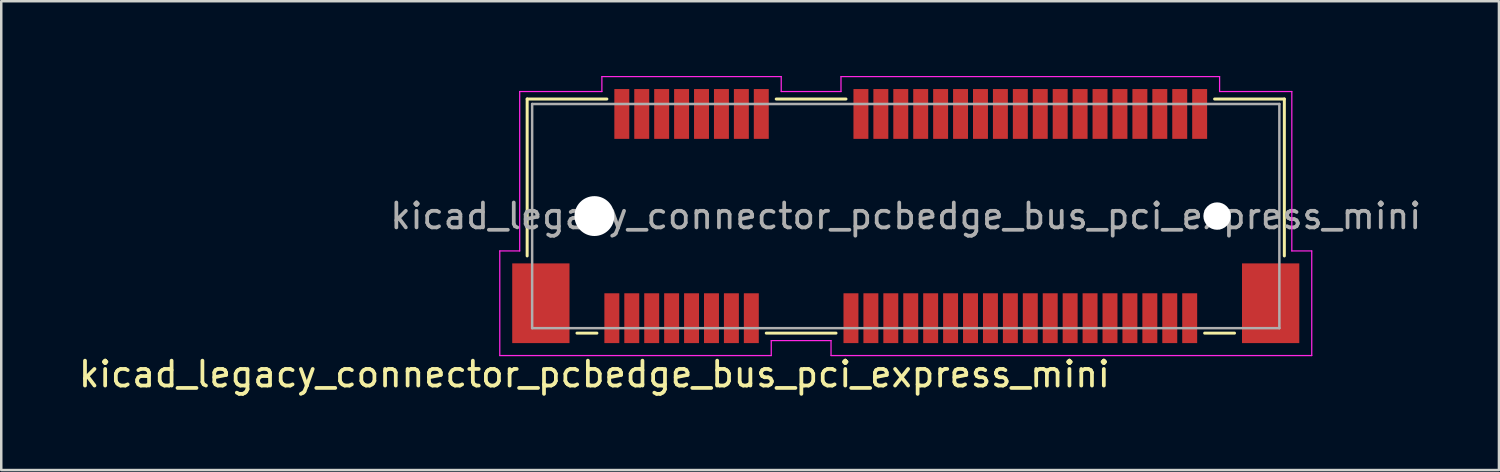
<source format=kicad_pcb>
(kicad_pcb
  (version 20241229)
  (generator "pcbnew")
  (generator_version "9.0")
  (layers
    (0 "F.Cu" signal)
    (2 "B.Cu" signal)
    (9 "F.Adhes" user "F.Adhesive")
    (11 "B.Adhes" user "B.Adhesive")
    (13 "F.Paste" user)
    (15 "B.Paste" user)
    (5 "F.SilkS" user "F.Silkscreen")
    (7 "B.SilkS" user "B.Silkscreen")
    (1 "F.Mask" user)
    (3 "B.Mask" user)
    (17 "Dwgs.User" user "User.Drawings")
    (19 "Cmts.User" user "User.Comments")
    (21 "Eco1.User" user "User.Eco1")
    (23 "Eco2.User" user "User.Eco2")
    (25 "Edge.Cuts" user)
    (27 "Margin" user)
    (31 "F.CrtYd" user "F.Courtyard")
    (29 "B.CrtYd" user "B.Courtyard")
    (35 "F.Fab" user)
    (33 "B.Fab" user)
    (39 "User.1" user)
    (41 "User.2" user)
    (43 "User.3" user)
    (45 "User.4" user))
  (footprint "kicad_legacy_connector_pcbedge_bus_pci_express_mini"
    (layer "F.Cu")
    (at 33.315 5.625)
    (property "Reference" "kicad_legacy_connector_pcbedge_bus_pci_express_mini" (at -12.5 6.35 180) (layer "F.SilkS") (effects (font (size 1 1) (thickness 0.15))))
    (attr smd)
    (fp_line (start -15.2 -4.7) (end -15.2 1.6) (stroke (width 0.12) (type solid)) (layer "F.SilkS"))
    (fp_line (start -13.2 4.7) (end -12.4 4.7) (stroke (width 0.12) (type solid)) (layer "F.SilkS"))
    (fp_line (start -12 -4.7) (end -15.2 -4.7) (stroke (width 0.12) (type solid)) (layer "F.SilkS"))
    (fp_line (start -5.6 4.7) (end -2.8 4.7) (stroke (width 0.12) (type solid)) (layer "F.SilkS"))
    (fp_line (start -2.4 -4.7) (end -5.2 -4.7) (stroke (width 0.12) (type solid)) (layer "F.SilkS"))
    (fp_line (start 12 4.7) (end 13.2 4.7) (stroke (width 0.12) (type solid)) (layer "F.SilkS"))
    (fp_line (start 15.2 -4.7) (end 12.4 -4.7) (stroke (width 0.12) (type solid)) (layer "F.SilkS"))
    (fp_line (start 15.2 1.6) (end 15.2 -4.7) (stroke (width 0.12) (type solid)) (layer "F.SilkS"))
    (fp_line (start -16.3 1.4) (end -15.5 1.4) (stroke (width 0.05) (type solid)) (layer "F.CrtYd"))
    (fp_line (start -16.3 5.6) (end -16.3 1.4) (stroke (width 0.05) (type solid)) (layer "F.CrtYd"))
    (fp_line (start -16.3 5.6) (end -5.4 5.6) (stroke (width 0.05) (type solid)) (layer "F.CrtYd"))
    (fp_line (start -15.5 -5) (end -12.2 -5) (stroke (width 0.05) (type default)) (layer "F.CrtYd"))
    (fp_line (start -15.5 1.4) (end -15.5 -5) (stroke (width 0.05) (type default)) (layer "F.CrtYd"))
    (fp_line (start -12.2 -5) (end -12.2 -5.6) (stroke (width 0.05) (type solid)) (layer "F.CrtYd"))
    (fp_line (start -5.4 5) (end -5.4 5.6) (stroke (width 0.05) (type solid)) (layer "F.CrtYd"))
    (fp_line (start -5.4 5) (end -3 5) (stroke (width 0.05) (type solid)) (layer "F.CrtYd"))
    (fp_line (start -5 -5.6) (end -12.2 -5.6) (stroke (width 0.05) (type solid)) (layer "F.CrtYd"))
    (fp_line (start -5 -5) (end -5 -5.6) (stroke (width 0.05) (type solid)) (layer "F.CrtYd"))
    (fp_line (start -5 -5) (end -2.6 -5) (stroke (width 0.05) (type default)) (layer "F.CrtYd"))
    (fp_line (start -3 5) (end -3 5.6) (stroke (width 0.05) (type solid)) (layer "F.CrtYd"))
    (fp_line (start -3 5.6) (end 16.3 5.6) (stroke (width 0.05) (type solid)) (layer "F.CrtYd"))
    (fp_line (start -2.6 -5.6) (end 12.6 -5.6) (stroke (width 0.05) (type solid)) (layer "F.CrtYd"))
    (fp_line (start -2.6 -5) (end -2.6 -5.6) (stroke (width 0.05) (type solid)) (layer "F.CrtYd"))
    (fp_line (start 12.6 -5) (end 12.6 -5.6) (stroke (width 0.05) (type solid)) (layer "F.CrtYd"))
    (fp_line (start 12.6 -5) (end 15.5 -5) (stroke (width 0.05) (type default)) (layer "F.CrtYd"))
    (fp_line (start 15.5 1.4) (end 15.5 -5) (stroke (width 0.05) (type default)) (layer "F.CrtYd"))
    (fp_line (start 15.5 1.4) (end 16.3 1.4) (stroke (width 0.05) (type solid)) (layer "F.CrtYd"))
    (fp_line (start 16.3 1.4) (end 16.3 5.6) (stroke (width 0.05) (type solid)) (layer "F.CrtYd"))
    (fp_line (start -15 -4.5) (end -15 4.5) (stroke (width 0.1) (type solid)) (layer "F.Fab"))
    (fp_line (start -15 4.5) (end 15 4.5) (stroke (width 0.1) (type solid)) (layer "F.Fab"))
    (fp_line (start 15 -4.5) (end -15 -4.5) (stroke (width 0.1) (type solid)) (layer "F.Fab"))
    (fp_line (start 15 4.5) (end 15 -4.5) (stroke (width 0.1) (type solid)) (layer "F.Fab"))
    (fp_text user "${REFERENCE}" (at 0 0 0) (layer "F.Fab") (effects (font (size 1 1) (thickness 0.15))))
    (pad "" np_thru_hole circle (at -12.5 0) (size 1.6 1.6) (drill 1.6) (layers "*.Cu" "*.Mask"))
    (pad "" np_thru_hole circle (at 12.5 0) (size 1.1 1.1) (drill 1.1) (layers "*.Cu" "*.Mask"))
    (pad "1" smd rect (at -11.8 4.1) (size 0.6 2) (layers "F.Cu" "F.Mask" "F.Paste"))
    (pad "2" smd rect (at -11.4 -4.1) (size 0.6 2) (layers "F.Cu" "F.Mask" "F.Paste"))
    (pad "3" smd rect (at -11 4.1) (size 0.6 2) (layers "F.Cu" "F.Mask" "F.Paste"))
    (pad "4" smd rect (at -10.6 -4.1) (size 0.6 2) (layers "F.Cu" "F.Mask" "F.Paste"))
    (pad "5" smd rect (at -10.2 4.1) (size 0.6 2) (layers "F.Cu" "F.Mask" "F.Paste"))
    (pad "6" smd rect (at -9.8 -4.1) (size 0.6 2) (layers "F.Cu" "F.Mask" "F.Paste"))
    (pad "7" smd rect (at -9.4 4.1) (size 0.6 2) (layers "F.Cu" "F.Mask" "F.Paste"))
    (pad "8" smd rect (at -9 -4.1) (size 0.6 2) (layers "F.Cu" "F.Mask" "F.Paste"))
    (pad "9" smd rect (at -8.6 4.1) (size 0.6 2) (layers "F.Cu" "F.Mask" "F.Paste"))
    (pad "10" smd rect (at -8.2 -4.1) (size 0.6 2) (layers "F.Cu" "F.Mask" "F.Paste"))
    (pad "11" smd rect (at -7.8 4.1) (size 0.6 2) (layers "F.Cu" "F.Mask" "F.Paste"))
    (pad "12" smd rect (at -7.4 -4.1) (size 0.6 2) (layers "F.Cu" "F.Mask" "F.Paste"))
    (pad "13" smd rect (at -7 4.1) (size 0.6 2) (layers "F.Cu" "F.Mask" "F.Paste"))
    (pad "14" smd rect (at -6.6 -4.1) (size 0.6 2) (layers "F.Cu" "F.Mask" "F.Paste"))
    (pad "15" smd rect (at -6.2 4.1) (size 0.6 2) (layers "F.Cu" "F.Mask" "F.Paste"))
    (pad "16" smd rect (at -5.8 -4.1) (size 0.6 2) (layers "F.Cu" "F.Mask" "F.Paste"))
    (pad "17" smd rect (at -2.2 4.1) (size 0.6 2) (layers "F.Cu" "F.Mask" "F.Paste"))
    (pad "18" smd rect (at -1.8 -4.1) (size 0.6 2) (layers "F.Cu" "F.Mask" "F.Paste"))
    (pad "19" smd rect (at -1.4 4.1) (size 0.6 2) (layers "F.Cu" "F.Mask" "F.Paste"))
    (pad "20" smd rect (at -1 -4.1) (size 0.6 2) (layers "F.Cu" "F.Mask" "F.Paste"))
    (pad "21" smd rect (at -0.6 4.1) (size 0.6 2) (layers "F.Cu" "F.Mask" "F.Paste"))
    (pad "22" smd rect (at -0.2 -4.1) (size 0.6 2) (layers "F.Cu" "F.Mask" "F.Paste"))
    (pad "23" smd rect (at 0.2 4.1) (size 0.6 2) (layers "F.Cu" "F.Mask" "F.Paste"))
    (pad "24" smd rect (at 0.6 -4.1) (size 0.6 2) (layers "F.Cu" "F.Mask" "F.Paste"))
    (pad "25" smd rect (at 1 4.1) (size 0.6 2) (layers "F.Cu" "F.Mask" "F.Paste"))
    (pad "26" smd rect (at 1.4 -4.1) (size 0.6 2) (layers "F.Cu" "F.Mask" "F.Paste"))
    (pad "27" smd rect (at 1.8 4.1) (size 0.6 2) (layers "F.Cu" "F.Mask" "F.Paste"))
    (pad "28" smd rect (at 2.2 -4.1) (size 0.6 2) (layers "F.Cu" "F.Mask" "F.Paste"))
    (pad "29" smd rect (at 2.6 4.1) (size 0.6 2) (layers "F.Cu" "F.Mask" "F.Paste"))
    (pad "30" smd rect (at 3 -4.1) (size 0.6 2) (layers "F.Cu" "F.Mask" "F.Paste"))
    (pad "31" smd rect (at 3.4 4.1) (size 0.6 2) (layers "F.Cu" "F.Mask" "F.Paste"))
    (pad "32" smd rect (at 3.8 -4.1) (size 0.6 2) (layers "F.Cu" "F.Mask" "F.Paste"))
    (pad "33" smd rect (at 4.2 4.1) (size 0.6 2) (layers "F.Cu" "F.Mask" "F.Paste"))
    (pad "34" smd rect (at 4.6 -4.1) (size 0.6 2) (layers "F.Cu" "F.Mask" "F.Paste"))
    (pad "35" smd rect (at 5 4.1) (size 0.6 2) (layers "F.Cu" "F.Mask" "F.Paste"))
    (pad "36" smd rect (at 5.4 -4.1) (size 0.6 2) (layers "F.Cu" "F.Mask" "F.Paste"))
    (pad "37" smd rect (at 5.8 4.1) (size 0.6 2) (layers "F.Cu" "F.Mask" "F.Paste"))
    (pad "38" smd rect (at 6.2 -4.1) (size 0.6 2) (layers "F.Cu" "F.Mask" "F.Paste"))
    (pad "39" smd rect (at 6.6 4.1) (size 0.6 2) (layers "F.Cu" "F.Mask" "F.Paste"))
    (pad "40" smd rect (at 7 -4.1) (size 0.6 2) (layers "F.Cu" "F.Mask" "F.Paste"))
    (pad "41" smd rect (at 7.4 4.1) (size 0.6 2) (layers "F.Cu" "F.Mask" "F.Paste"))
    (pad "42" smd rect (at 7.8 -4.1) (size 0.6 2) (layers "F.Cu" "F.Mask" "F.Paste"))
    (pad "43" smd rect (at 8.2 4.1) (size 0.6 2) (layers "F.Cu" "F.Mask" "F.Paste"))
    (pad "44" smd rect (at 8.6 -4.1) (size 0.6 2) (layers "F.Cu" "F.Mask" "F.Paste"))
    (pad "45" smd rect (at 9 4.1) (size 0.6 2) (layers "F.Cu" "F.Mask" "F.Paste"))
    (pad "46" smd rect (at 9.4 -4.1) (size 0.6 2) (layers "F.Cu" "F.Mask" "F.Paste"))
    (pad "47" smd rect (at 9.8 4.1) (size 0.6 2) (layers "F.Cu" "F.Mask" "F.Paste"))
    (pad "48" smd rect (at 10.2 -4.1) (size 0.6 2) (layers "F.Cu" "F.Mask" "F.Paste"))
    (pad "49" smd rect (at 10.6 4.1) (size 0.6 2) (layers "F.Cu" "F.Mask" "F.Paste"))
    (pad "50" smd rect (at 11 -4.1) (size 0.6 2) (layers "F.Cu" "F.Mask" "F.Paste"))
    (pad "51" smd rect (at 11.4 4.1) (size 0.6 2) (layers "F.Cu" "F.Mask" "F.Paste"))
    (pad "52" smd rect (at 11.8 -4.1) (size 0.6 2) (layers "F.Cu" "F.Mask" "F.Paste"))
    (pad "MP" smd rect (at -14.65 3.5) (size 2.3 3.2) (layers "F.Cu" "F.Mask" "F.Paste"))
    (pad "MP" smd rect (at 14.65 3.5) (size 2.3 3.2) (layers "F.Cu" "F.Mask" "F.Paste")))
  (gr_rect
    (start -3 -3)
    (end 57.131 15.823)
    (stroke (width 0.1) (type default))
    (fill no)
    (layer "Edge.Cuts")))
</source>
